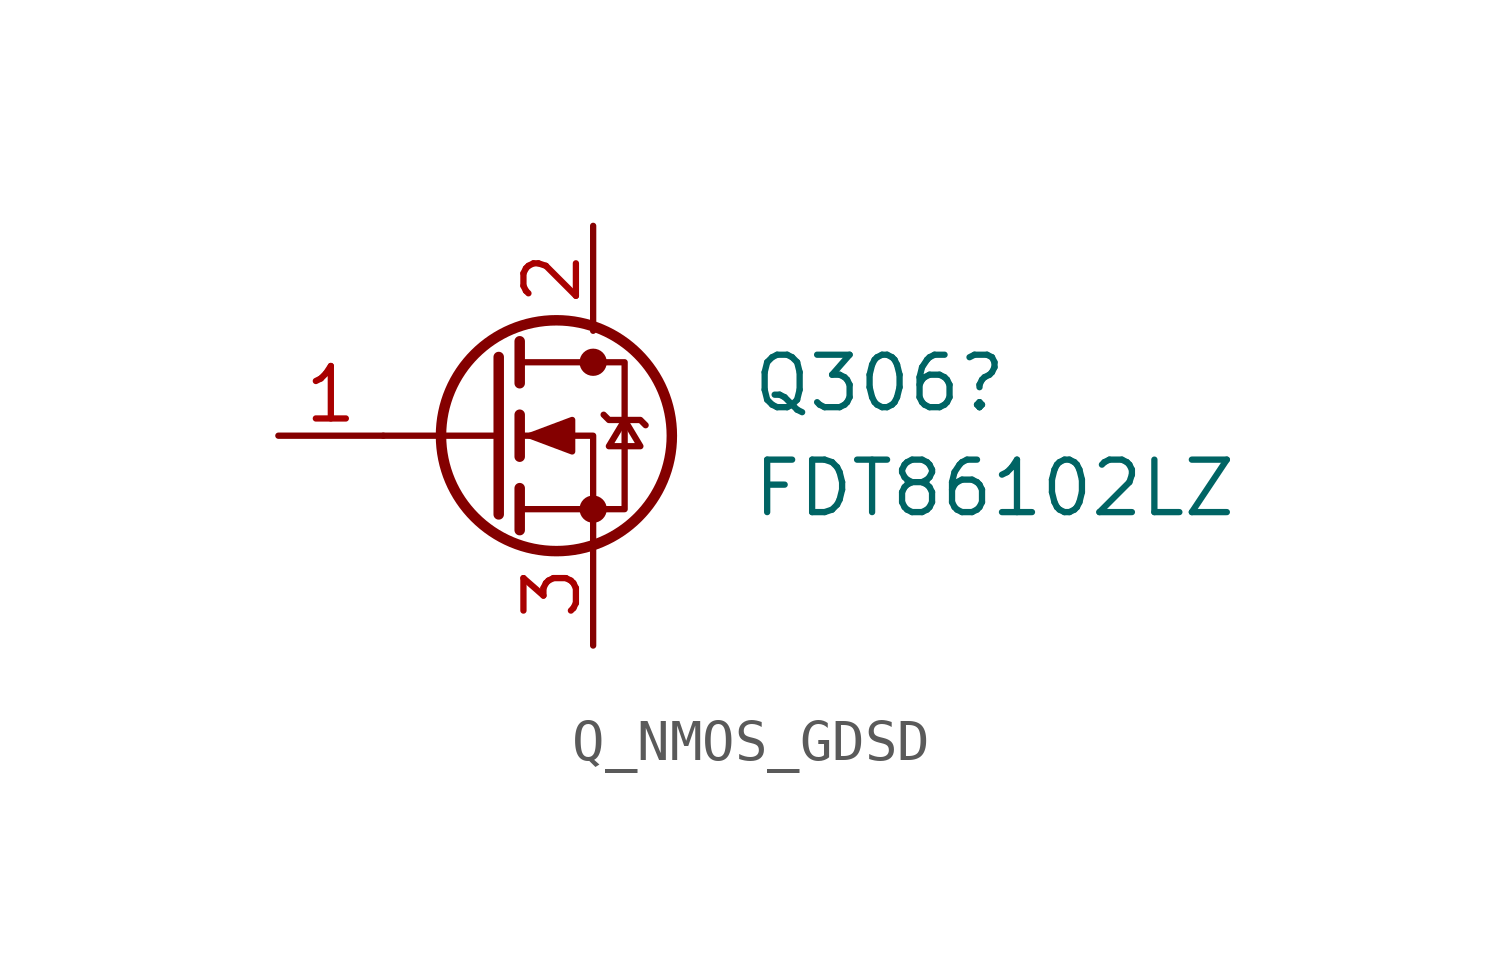
<source format=kicad_sym>
(kicad_symbol_lib
  (version 20220914)
  (generator kicad_symbol_editor)
  (symbol "Q_NMOS_GDSD"
    (pin_names
      (offset 0) hide)
    (property "Reference" "Q306"
      (at 6.35 1.27 0)
      (effects (font (size 1.27 1.27)) (justify left)))
    (property "Value" "FDT86102LZ"
      (at 6.35 -1.27 0)
      (effects (font (size 1.27 1.27)) (justify left)))
    (symbol "Q_NMOS_GDSD_0_1"
      (polyline (pts (xy 0.254 0) (xy -2.54 0)) (stroke (width 0) (type default)) (fill (type none)))
      (polyline (pts (xy 0.254 1.905) (xy 0.254 -1.905)) (stroke (width 0.254) (type default)) (fill (type none)))
      (polyline (pts (xy 0.762 -1.27) (xy 0.762 -2.286)) (stroke (width 0.254) (type default)) (fill (type none)))
      (polyline (pts (xy 0.762 0.508) (xy 0.762 -0.508)) (stroke (width 0.254) (type default)) (fill (type none)))
      (polyline (pts (xy 0.762 2.286) (xy 0.762 1.27)) (stroke (width 0.254) (type default)) (fill (type none)))
      (polyline (pts (xy 2.54 -2.54) (xy 2.54 0) (xy 0.762 0)) (stroke (width 0) (type default)) (fill (type none)))
      (polyline (pts (xy 0.762 -1.778) (xy 3.302 -1.778) (xy 3.302 1.778) (xy 0.762 1.778)) (stroke (width 0) (type default)) (fill (type none)))
      (polyline (pts (xy 1.016 0) (xy 2.032 0.381) (xy 2.032 -0.381) (xy 1.016 0)) (stroke (width 0) (type default)) (fill (type outline)))
      (polyline (pts (xy 2.794 0.508) (xy 2.921 0.381) (xy 3.683 0.381) (xy 3.81 0.254)) (stroke (width 0) (type default)) (fill (type none)))
      (polyline (pts (xy 3.302 0.381) (xy 2.921 -0.254) (xy 3.683 -0.254) (xy 3.302 0.381)) (stroke (width 0) (type default)) (fill (type none)))
      (circle (center 1.651 0) (radius 2.794) (stroke (width 0.254) (type default)) (fill (type none)))
      (circle (center 2.54 -1.778) (radius 0.254) (stroke (width 0) (type default)) (fill (type outline)))
      (circle (center 2.54 1.778) (radius 0.254) (stroke (width 0) (type default)) (fill (type outline))))
    (symbol "Q_NMOS_GDSD_1_1"
      (pin input line (at -5.08 0 0) (length 2.54) (name "G" (effects (font (size 1.27 1.27)))) (number "1" (effects (font (size 1.27 1.27)))))
      (pin passive line (at 2.54 5.08 270) (length 2.54) (name "D" (effects (font (size 1.27 1.27)))) (number "2" (effects (font (size 1.27 1.27)))))
      (pin passive line (at 2.54 -5.08 90) (length 2.54) (name "S" (effects (font (size 1.27 1.27)))) (number "3" (effects (font (size 1.27 1.27))))))))
</source>
